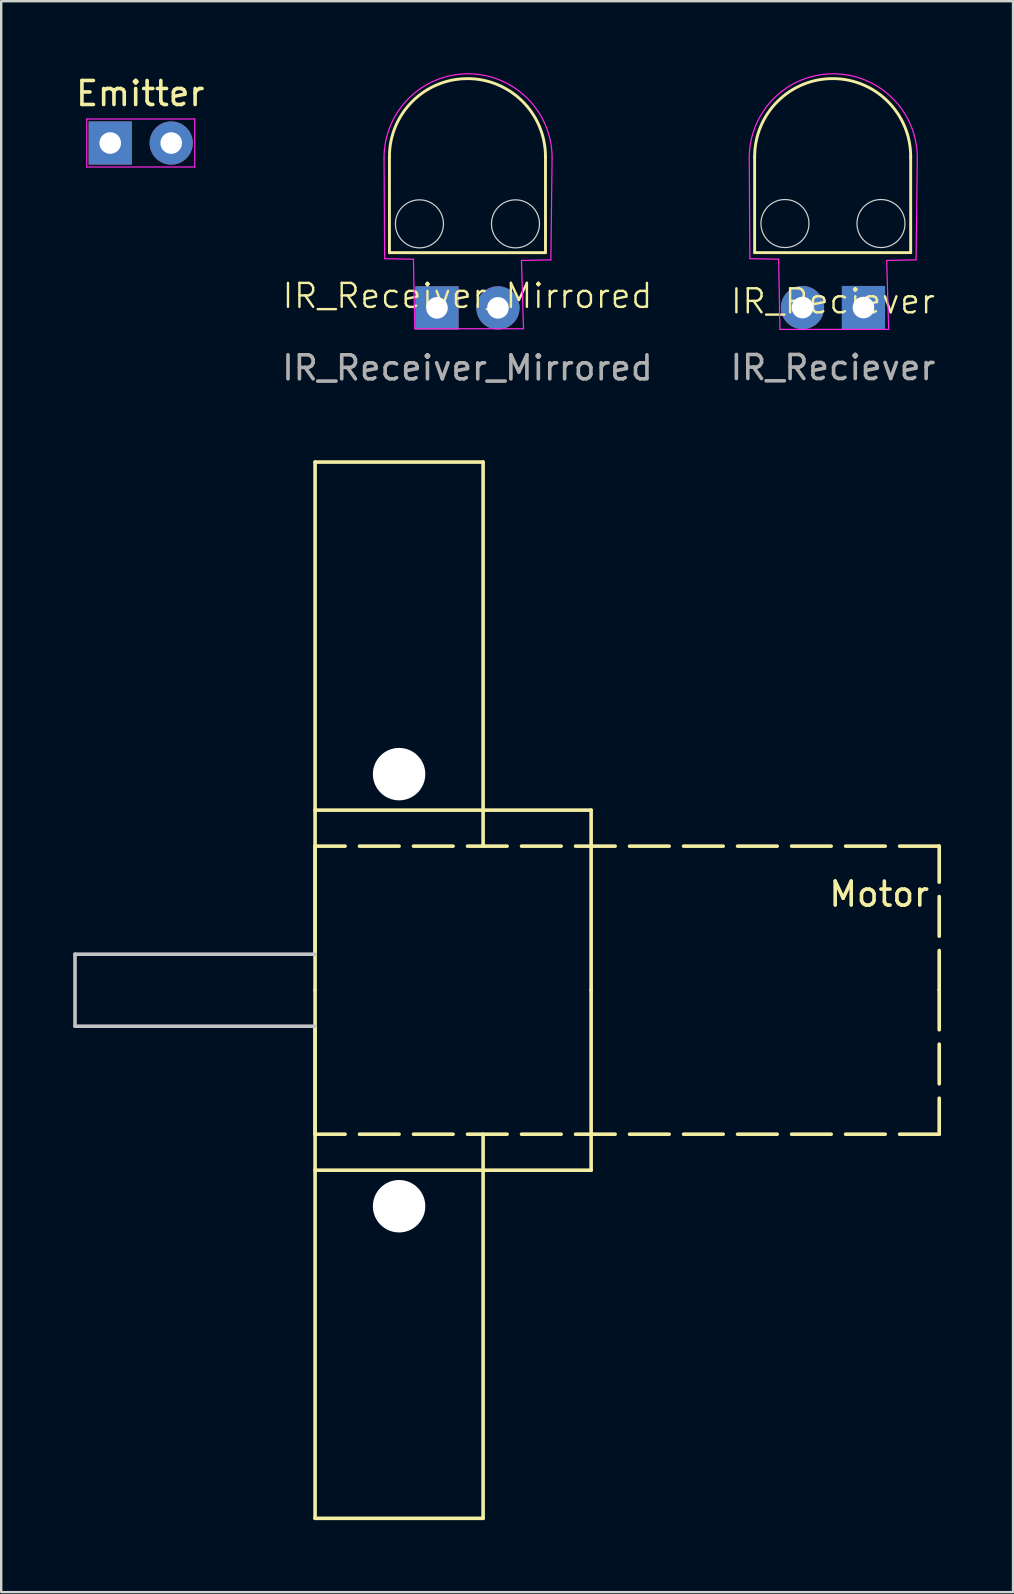
<source format=kicad_pcb>
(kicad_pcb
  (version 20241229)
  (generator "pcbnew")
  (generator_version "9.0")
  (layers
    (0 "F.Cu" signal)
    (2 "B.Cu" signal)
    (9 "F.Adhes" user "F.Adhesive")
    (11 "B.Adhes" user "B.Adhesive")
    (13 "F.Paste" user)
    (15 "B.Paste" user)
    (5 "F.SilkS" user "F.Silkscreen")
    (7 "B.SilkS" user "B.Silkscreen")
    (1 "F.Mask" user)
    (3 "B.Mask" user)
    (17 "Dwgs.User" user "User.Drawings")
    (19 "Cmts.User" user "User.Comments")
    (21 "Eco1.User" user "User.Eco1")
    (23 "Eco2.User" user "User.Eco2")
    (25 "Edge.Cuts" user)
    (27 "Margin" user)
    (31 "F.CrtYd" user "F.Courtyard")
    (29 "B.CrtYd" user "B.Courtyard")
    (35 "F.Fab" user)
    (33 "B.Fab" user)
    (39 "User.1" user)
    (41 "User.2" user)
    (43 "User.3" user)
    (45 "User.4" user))
  (footprint "IR_Receiver_Mirrored"
    (layer "F.Cu")
    (at 16.423 9.775)
    (property "Reference" "IR_Receiver_Mirrored" (at 0 -0.5 0) (unlocked yes) (layer "F.SilkS") (effects (font (size 1 1) (thickness 0.1))))
    (attr through_hole)
    (fp_line (start -3.25 -2.3) (end -3.25 -6.3) (stroke (width 0.12) (type solid)) (layer "F.SilkS"))
    (fp_line (start -3.25 -2.3) (end 3.25 -2.3) (stroke (width 0.12) (type solid)) (layer "F.SilkS"))
    (fp_line (start 3.25 -2.3) (end 3.25 -6.3) (stroke (width 0.12) (type solid)) (layer "F.SilkS"))
    (fp_arc (start -3.25 -6.3) (mid 0 -9.55) (end 3.25 -6.3) (stroke (width 0.12) (type solid)) (layer "F.SilkS"))
    (fp_circle (center -2 -3.5) (end -1 -3.5) (stroke (width 0.05) (type default)) (fill no) (layer "Edge.Cuts"))
    (fp_circle (center 2 -3.5) (end 3 -3.5) (stroke (width 0.05) (type default)) (fill no) (layer "Edge.Cuts"))
    (fp_line (start -3.475 -6.25) (end -3.45 -2.05) (stroke (width 0.05) (type solid)) (layer "F.CrtYd"))
    (fp_line (start -2.25 -2.025) (end -3.45 -2.05) (stroke (width 0.05) (type solid)) (layer "F.CrtYd"))
    (fp_line (start -2.195 0.87) (end -2.25 -2.025) (stroke (width 0.05) (type solid)) (layer "F.CrtYd"))
    (fp_line (start -2.195 0.87) (end 2.335 0.87) (stroke (width 0.05) (type solid)) (layer "F.CrtYd"))
    (fp_line (start 2.335 0.87) (end 2.25 -1.975) (stroke (width 0.05) (type solid)) (layer "F.CrtYd"))
    (fp_line (start 3.475 -2) (end 2.25 -1.975) (stroke (width 0.05) (type solid)) (layer "F.CrtYd"))
    (fp_line (start 3.475 -2) (end 3.525 -6.25) (stroke (width 0.05) (type solid)) (layer "F.CrtYd"))
    (fp_arc (start -3.475 -6.25) (mid 0.025 -9.75) (end 3.525 -6.25) (stroke (width 0.05) (type solid)) (layer "F.CrtYd"))
    (fp_line (start -1.19 -0.24) (end -1.19 -0.24) (stroke (width 0.1) (type solid)) (layer "F.Fab"))
    (fp_line (start 1.35 -0.24) (end 1.35 -0.24) (stroke (width 0.1) (type solid)) (layer "F.Fab"))
    (fp_text user "${REFERENCE}" (at 0 2.5 0) (unlocked yes) (layer "F.Fab") (effects (font (size 1 1) (thickness 0.15))))
    (pad "1" thru_hole rect (at -1.27 0 180) (size 1.8 1.8) (drill 0.9) (layers "*.Cu" "*.Mask"))
    (pad "2" thru_hole circle (at 1.27 0 180) (size 1.8 1.8) (drill 0.9) (layers "*.Cu" "*.Mask")))
  (footprint "IR_Reciever"
    (layer "F.Cu")
    (at 31.649 9.762)
    (property "Reference" "IR_Reciever" (at 0 -0.26 0) (unlocked yes) (layer "F.SilkS") (effects (font (size 1 1) (thickness 0.1))))
    (attr through_hole)
    (fp_line (start -3.263 -2.288) (end -3.263 -6.287) (stroke (width 0.12) (type solid)) (layer "F.SilkS"))
    (fp_line (start -3.263 -2.288) (end 3.237 -2.288) (stroke (width 0.12) (type solid)) (layer "F.SilkS"))
    (fp_line (start 3.237 -2.288) (end 3.237 -6.287) (stroke (width 0.12) (type solid)) (layer "F.SilkS"))
    (fp_arc (start -3.2625 -6.2875) (mid -0.0125 -9.5375) (end 3.2375 -6.2875) (stroke (width 0.12) (type solid)) (layer "F.SilkS"))
    (fp_circle (center -2 -3.5) (end -1 -3.5) (stroke (width 0.05) (type default)) (fill no) (layer "Edge.Cuts"))
    (fp_circle (center 2 -3.5) (end 3 -3.5) (stroke (width 0.05) (type default)) (fill no) (layer "Edge.Cuts"))
    (fp_line (start -3.487 -6.237) (end -3.462 -2.038) (stroke (width 0.05) (type solid)) (layer "F.CrtYd"))
    (fp_line (start -2.263 -2.013) (end -3.462 -2.038) (stroke (width 0.05) (type solid)) (layer "F.CrtYd"))
    (fp_line (start -2.21 0.91) (end -2.263 -2.013) (stroke (width 0.05) (type solid)) (layer "F.CrtYd"))
    (fp_line (start -2.21 0.91) (end 2.32 0.91) (stroke (width 0.05) (type solid)) (layer "F.CrtYd"))
    (fp_line (start 2.32 0.91) (end 2.237 -1.962) (stroke (width 0.05) (type solid)) (layer "F.CrtYd"))
    (fp_line (start 3.462 -1.988) (end 2.237 -1.962) (stroke (width 0.05) (type solid)) (layer "F.CrtYd"))
    (fp_line (start 3.462 -1.988) (end 3.513 -6.237) (stroke (width 0.05) (type solid)) (layer "F.CrtYd"))
    (fp_arc (start -3.4875 -6.2375) (mid 0.0125 -9.7375) (end 3.5125 -6.2375) (stroke (width 0.05) (type solid)) (layer "F.CrtYd"))
    (fp_line (start -1.22 -0.09) (end -1.22 -0.09) (stroke (width 0.1) (type solid)) (layer "F.Fab"))
    (fp_line (start 1.32 -0.09) (end 1.32 -0.09) (stroke (width 0.1) (type solid)) (layer "F.Fab"))
    (fp_text user "${REFERENCE}" (at 0 2.5 0) (unlocked yes) (layer "F.Fab") (effects (font (size 1 1) (thickness 0.15))))
    (pad "1" thru_hole rect (at 1.27 0 180) (size 1.8 1.8) (drill 0.9) (layers "*.Cu" "*.Mask"))
    (pad "2" thru_hole circle (at -1.27 0 180) (size 1.8 1.8) (drill 0.9) (layers "*.Cu" "*.Mask")))
  (footprint "Emitter"
    (layer "F.Cu")
    (at 2.812 2.908)
    (property "Reference" "Emitter" (at -0.02 -2.06 180) (layer "F.SilkS") (effects (font (size 1 1) (thickness 0.15))))
    (attr through_hole)
    (fp_line (start -2.25 -1) (end -2.25 1) (stroke (width 0.05) (type solid)) (layer "F.CrtYd"))
    (fp_line (start 2.25 -1) (end -2.25 -1) (stroke (width 0.05) (type solid)) (layer "F.CrtYd"))
    (fp_line (start 2.25 1) (end -2.25 1) (stroke (width 0.05) (type solid)) (layer "F.CrtYd"))
    (fp_line (start 2.25 1) (end 2.25 -1) (stroke (width 0.05) (type solid)) (layer "F.CrtYd"))
    (fp_line (start -1.25 0.045) (end -1.25 0.045) (stroke (width 0.1) (type solid)) (layer "F.Fab"))
    (fp_line (start 1.29 0.045) (end 1.29 0.045) (stroke (width 0.1) (type solid)) (layer "F.Fab"))
    (pad "1" thru_hole rect (at -1.27 0) (size 1.8 1.8) (drill 0.9) (layers "*.Cu" "*.Mask"))
    (pad "2" thru_hole circle (at 1.27 0) (size 1.8 1.8) (drill 0.9) (layers "*.Cu" "*.Mask")))
  (footprint "Motor"
    (layer "F.Cu")
    (at 29.575 38.198)
    (property "Reference" "Motor" (at 4 -4 180) (layer "F.SilkS") (effects (font (size 1 1) (thickness 0.15))))
    (fp_line (start -19.5 -22) (end -12.5 -22) (stroke (width 0.15) (type solid)) (layer "F.SilkS"))
    (fp_line (start -19.5 -7.5) (end -8 -7.5) (stroke (width 0.15) (type solid)) (layer "F.SilkS"))
    (fp_line (start -19.5 -6) (end -19.5 -1.5) (stroke (width 0.15) (type solid)) (layer "F.SilkS"))
    (fp_line (start -19.5 0) (end -19.5 -22) (stroke (width 0.15) (type solid)) (layer "F.SilkS"))
    (fp_line (start -19.5 0) (end -19.5 22) (stroke (width 0.15) (type solid)) (layer "F.SilkS"))
    (fp_line (start -19.5 6) (end -19.5 1.5) (stroke (width 0.15) (type solid)) (layer "F.SilkS"))
    (fp_line (start -19.5 7.5) (end -8 7.5) (stroke (width 0.15) (type solid)) (layer "F.SilkS"))
    (fp_line (start -19.5 22) (end -12.5 22) (stroke (width 0.15) (type solid)) (layer "F.SilkS"))
    (fp_line (start -12.5 -6) (end -12.5 -22) (stroke (width 0.15) (type solid)) (layer "F.SilkS"))
    (fp_line (start -12.5 6) (end -12.5 22) (stroke (width 0.15) (type solid)) (layer "F.SilkS"))
    (fp_line (start -8 0) (end -8 -7.5) (stroke (width 0.15) (type solid)) (layer "F.SilkS"))
    (fp_line (start -8 0) (end -8 7.5) (stroke (width 0.15) (type solid)) (layer "F.SilkS"))
    (fp_line (start 6.5 -6) (end -19.5 -6) (stroke (width 0.15) (type dash)) (layer "F.SilkS"))
    (fp_line (start 6.5 0) (end 6.5 -6) (stroke (width 0.15) (type dash)) (layer "F.SilkS"))
    (fp_line (start 6.5 0) (end 6.5 6) (stroke (width 0.15) (type dash)) (layer "F.SilkS"))
    (fp_line (start 6.5 6) (end -19.5 6) (stroke (width 0.15) (type dash)) (layer "F.SilkS"))
    (fp_line (start -29.5 -1.5) (end -29.5 1.5) (stroke (width 0.15) (type solid)) (layer "Dwgs.User"))
    (fp_line (start -19.5 -1.5) (end -29.5 -1.5) (stroke (width 0.15) (type solid)) (layer "Dwgs.User"))
    (fp_line (start -19.5 1.5) (end -29.5 1.5) (stroke (width 0.15) (type solid)) (layer "Dwgs.User"))
    (pad "" np_thru_hole circle (at -16 -9) (size 2.184 2.184) (drill 2.184) (layers "*.Cu" "*.Mask"))
    (pad "" np_thru_hole circle (at -16 9) (size 2.184 2.184) (drill 2.184) (layers "*.Cu" "*.Mask")))
  (gr_rect
    (start -3 -3)
    (end 39.15 63.273)
    (stroke (width 0.1) (type default))
    (fill no)
    (layer "Edge.Cuts")))
</source>
